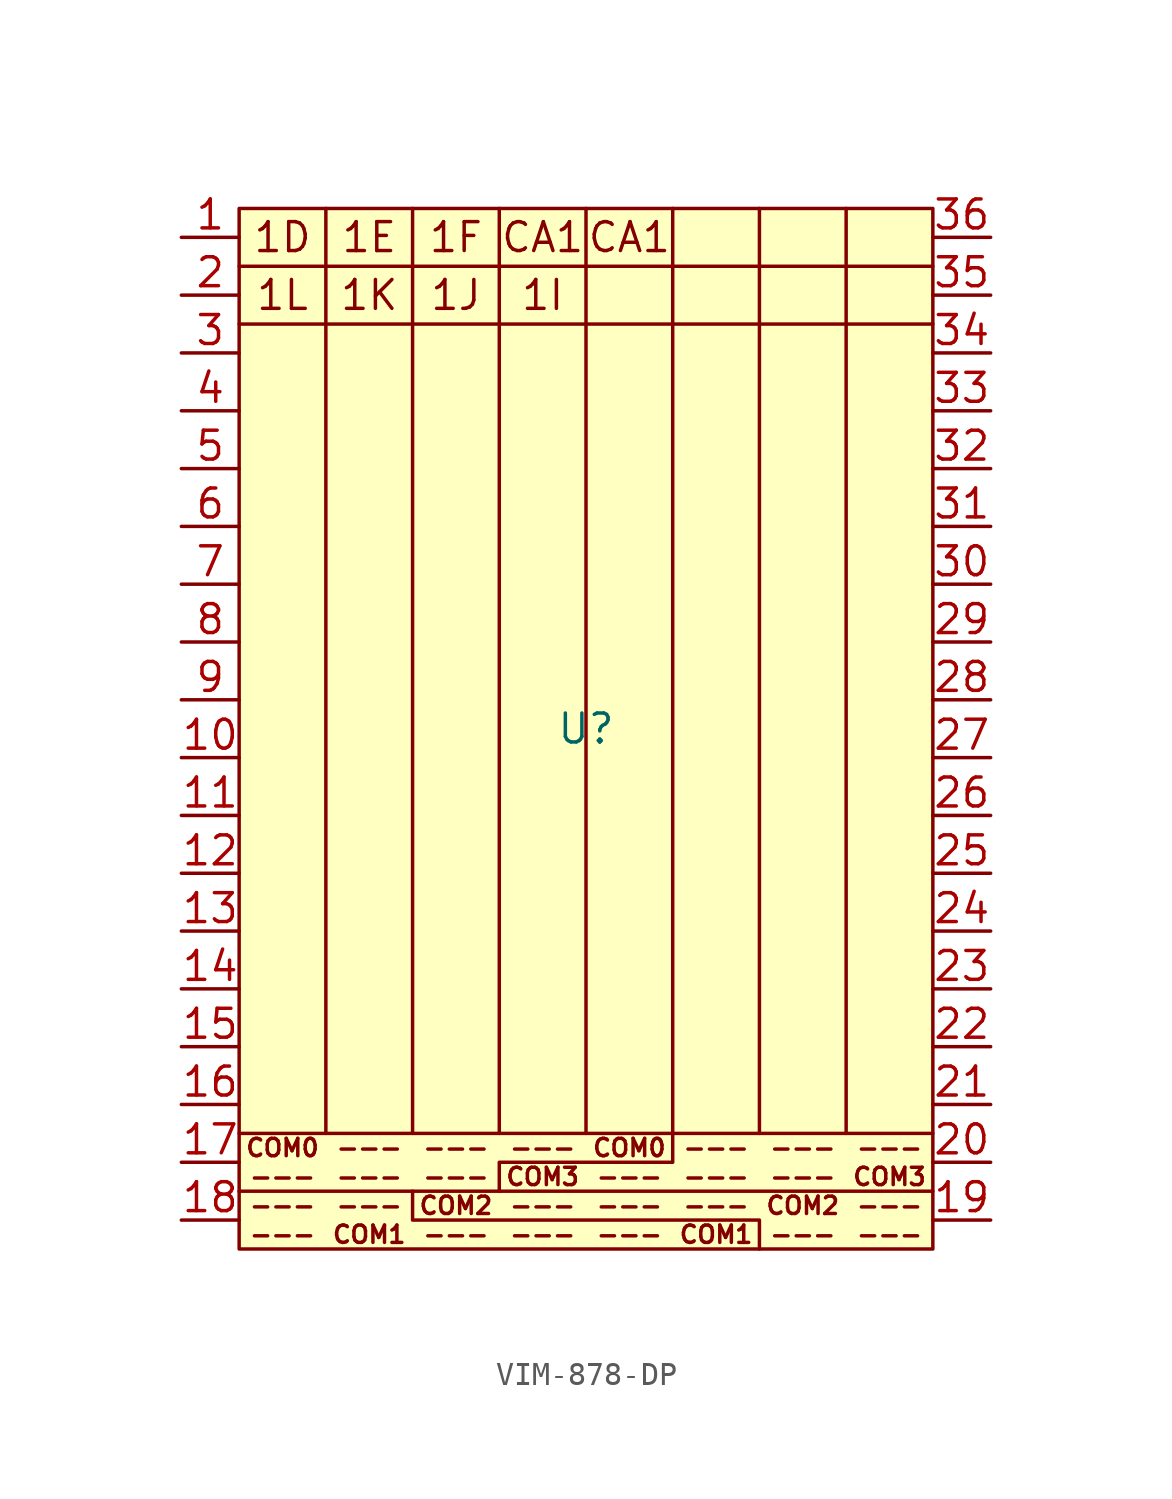
<source format=kicad_sym>
(kicad_symbol_lib
  (version 20220914)
  (generator kicad_symbol_editor)
  (symbol "VIM-878-DP"
    (pin_names hide)
    (property "Reference" "U"
      (at 0 0 0)
      (effects (font (size 1.27 1.27))))
    (property "Value" ""
      (at 0 0 0)
      (effects (font (size 1.27 1.27))))
    (symbol "VIM-878-DP_0_0"
      (pin passive line (at -17.78 21.59 0) (length 2.54) (name "1DEFCA" (effects (font (size 1.27 1.27)))) (number "1" (effects (font (size 1.27 1.27)))))
      (pin passive line (at -17.78 -1.27 0) (length 2.54) (name "5LKJI" (effects (font (size 1.27 1.27)))) (number "10" (effects (font (size 1.27 1.27)))))
      (pin passive line (at -17.78 -3.81 0) (length 2.54) (name "6DEFCA" (effects (font (size 1.27 1.27)))) (number "11" (effects (font (size 1.27 1.27)))))
      (pin passive line (at -17.78 -6.35 0) (length 2.54) (name "6LKJI" (effects (font (size 1.27 1.27)))) (number "12" (effects (font (size 1.27 1.27)))))
      (pin passive line (at -17.78 -8.89 0) (length 2.54) (name "7DEFCA" (effects (font (size 1.27 1.27)))) (number "13" (effects (font (size 1.27 1.27)))))
      (pin passive line (at -17.78 -11.43 0) (length 2.54) (name "7LKJI" (effects (font (size 1.27 1.27)))) (number "14" (effects (font (size 1.27 1.27)))))
      (pin passive line (at -17.78 -13.97 0) (length 2.54) (name "8DEFCA" (effects (font (size 1.27 1.27)))) (number "15" (effects (font (size 1.27 1.27)))))
      (pin passive line (at -17.78 -16.51 0) (length 2.54) (name "8LKJI" (effects (font (size 1.27 1.27)))) (number "16" (effects (font (size 1.27 1.27)))))
      (pin passive line (at -17.78 19.05 0) (length 2.54) (name "1LKJI" (effects (font (size 1.27 1.27)))) (number "2" (effects (font (size 1.27 1.27)))))
      (pin passive line (at 17.78 -16.51 180) (length 2.54) (name "8DPCBA" (effects (font (size 1.27 1.27)))) (number "21" (effects (font (size 1.27 1.27)))))
      (pin passive line (at 17.78 -13.97 180) (length 2.54) (name "8MNGH" (effects (font (size 1.27 1.27)))) (number "22" (effects (font (size 1.27 1.27)))))
      (pin passive line (at 17.78 -11.43 180) (length 2.54) (name "7DPCBA" (effects (font (size 1.27 1.27)))) (number "23" (effects (font (size 1.27 1.27)))))
      (pin passive line (at 17.78 -8.89 180) (length 2.54) (name "7MNGH" (effects (font (size 1.27 1.27)))) (number "24" (effects (font (size 1.27 1.27)))))
      (pin passive line (at 17.78 -6.35 180) (length 2.54) (name "6DPCBA" (effects (font (size 1.27 1.27)))) (number "25" (effects (font (size 1.27 1.27)))))
      (pin passive line (at 17.78 -3.81 180) (length 2.54) (name "6MNGH" (effects (font (size 1.27 1.27)))) (number "26" (effects (font (size 1.27 1.27)))))
      (pin passive line (at 17.78 -1.27 180) (length 2.54) (name "8DPCBA" (effects (font (size 1.27 1.27)))) (number "27" (effects (font (size 1.27 1.27)))))
      (pin passive line (at 17.78 1.27 180) (length 2.54) (name "8MNGH" (effects (font (size 1.27 1.27)))) (number "28" (effects (font (size 1.27 1.27)))))
      (pin passive line (at 17.78 3.81 180) (length 2.54) (name "8DPCBA" (effects (font (size 1.27 1.27)))) (number "29" (effects (font (size 1.27 1.27)))))
      (pin passive line (at -17.78 16.51 0) (length 2.54) (name "2DEFCA" (effects (font (size 1.27 1.27)))) (number "3" (effects (font (size 1.27 1.27)))))
      (pin passive line (at 17.78 6.35 180) (length 2.54) (name "8MNGH" (effects (font (size 1.27 1.27)))) (number "30" (effects (font (size 1.27 1.27)))))
      (pin passive line (at 17.78 8.89 180) (length 2.54) (name "8DPCBA" (effects (font (size 1.27 1.27)))) (number "31" (effects (font (size 1.27 1.27)))))
      (pin passive line (at 17.78 11.43 180) (length 2.54) (name "8MNGH" (effects (font (size 1.27 1.27)))) (number "32" (effects (font (size 1.27 1.27)))))
      (pin passive line (at 17.78 13.97 180) (length 2.54) (name "8DPCBA" (effects (font (size 1.27 1.27)))) (number "33" (effects (font (size 1.27 1.27)))))
      (pin passive line (at 17.78 16.51 180) (length 2.54) (name "8MNGH" (effects (font (size 1.27 1.27)))) (number "34" (effects (font (size 1.27 1.27)))))
      (pin passive line (at 17.78 19.05 180) (length 2.54) (name "1DPCBA" (effects (font (size 1.27 1.27)))) (number "35" (effects (font (size 1.27 1.27)))))
      (pin passive line (at 17.78 21.59 180) (length 2.54) (name "1MNGH" (effects (font (size 1.27 1.27)))) (number "36" (effects (font (size 1.27 1.27)))))
      (pin passive line (at -17.78 13.97 0) (length 2.54) (name "2LKJI" (effects (font (size 1.27 1.27)))) (number "4" (effects (font (size 1.27 1.27)))))
      (pin passive line (at -17.78 11.43 0) (length 2.54) (name "3DEFCA" (effects (font (size 1.27 1.27)))) (number "5" (effects (font (size 1.27 1.27)))))
      (pin passive line (at -17.78 8.89 0) (length 2.54) (name "3LKJI" (effects (font (size 1.27 1.27)))) (number "6" (effects (font (size 1.27 1.27)))))
      (pin passive line (at -17.78 6.35 0) (length 2.54) (name "4DEFCA" (effects (font (size 1.27 1.27)))) (number "7" (effects (font (size 1.27 1.27)))))
      (pin passive line (at -17.78 3.81 0) (length 2.54) (name "4LKJI" (effects (font (size 1.27 1.27)))) (number "8" (effects (font (size 1.27 1.27)))))
      (pin passive line (at -17.78 1.27 0) (length 2.54) (name "5DEFCA" (effects (font (size 1.27 1.27)))) (number "9" (effects (font (size 1.27 1.27))))))
    (symbol "VIM-878-DP_1_0"
      (pin passive line (at -17.78 -19.05 0) (length 2.54) (name "COM0" (effects (font (size 1.27 1.27)))) (number "17" (effects (font (size 1.27 1.27)))))
      (pin passive line (at -17.78 -21.59 0) (length 2.54) (name "COM1" (effects (font (size 1.27 1.27)))) (number "18" (effects (font (size 1.27 1.27)))))
      (pin passive line (at 17.78 -21.59 180) (length 2.54) (name "COM2" (effects (font (size 1.27 1.27)))) (number "19" (effects (font (size 1.27 1.27)))))
      (pin passive line (at 17.78 -19.05 180) (length 2.54) (name "COM3" (effects (font (size 1.27 1.27)))) (number "20" (effects (font (size 1.27 1.27))))))
    (symbol "VIM-878-DP_1_1"
      (rectangle (start -15.24 22.86) (end 15.24 -22.86) (stroke (width 0) (type default)) (fill (type background)))
      (polyline (pts (xy -15.24 -20.32) (xy 15.24 -20.32)) (stroke (width 0) (type default)) (fill (type none)))
      (polyline (pts (xy -15.24 17.78) (xy 15.24 17.78)) (stroke (width 0) (type default)) (fill (type none)))
      (polyline (pts (xy -15.24 20.32) (xy 15.24 20.32)) (stroke (width 0) (type default)) (fill (type none)))
      (polyline (pts (xy -11.43 22.86) (xy -11.43 -17.78)) (stroke (width 0) (type default)) (fill (type none)))
      (polyline (pts (xy -7.62 22.86) (xy -7.62 -17.78)) (stroke (width 0) (type default)) (fill (type none)))
      (polyline (pts (xy -3.81 22.86) (xy -3.81 -17.78)) (stroke (width 0) (type default)) (fill (type none)))
      (polyline (pts (xy 0 22.86) (xy 0 -17.78)) (stroke (width 0) (type default)) (fill (type none)))
      (polyline (pts (xy 3.81 -17.78) (xy 3.81 22.86)) (stroke (width 0) (type default)) (fill (type none)))
      (polyline (pts (xy 7.62 22.86) (xy 7.62 -17.78)) (stroke (width 0) (type default)) (fill (type none)))
      (polyline (pts (xy 11.43 22.86) (xy 11.43 -17.78)) (stroke (width 0) (type default)) (fill (type none)))
      (polyline (pts (xy 15.24 -17.78) (xy -15.24 -17.78)) (stroke (width 0) (type default)) (fill (type none)))
      (polyline (pts (xy -7.62 -20.32) (xy -7.62 -21.59) (xy 7.62 -21.59) (xy 7.62 -22.86)) (stroke (width 0) (type default)) (fill (type none)))
      (polyline (pts (xy 3.81 -17.78) (xy 3.81 -19.05) (xy -3.81 -19.05) (xy -3.81 -20.32)) (stroke (width 0) (type default)) (fill (type none)))
      (text "---" (at -13.335 -22.225 0) (effects (font (size 0.762 0.762))))
      (text "---" (at -13.335 -20.955 0) (effects (font (size 0.762 0.762))))
      (text "---" (at -13.335 -19.685 0) (effects (font (size 0.762 0.762))))
      (text "---" (at -9.525 -20.955 0) (effects (font (size 0.762 0.762))))
      (text "---" (at -9.525 -19.685 0) (effects (font (size 0.762 0.762))))
      (text "---" (at -9.525 -18.415 0) (effects (font (size 0.762 0.762))))
      (text "---" (at -5.715 -22.225 0) (effects (font (size 0.762 0.762))))
      (text "---" (at -5.715 -19.685 0) (effects (font (size 0.762 0.762))))
      (text "---" (at -5.715 -18.415 0) (effects (font (size 0.762 0.762))))
      (text "---" (at -1.905 -22.225 0) (effects (font (size 0.762 0.762))))
      (text "---" (at -1.905 -20.955 0) (effects (font (size 0.762 0.762))))
      (text "---" (at -1.905 -18.415 0) (effects (font (size 0.762 0.762))))
      (text "---" (at 1.905 -22.225 0) (effects (font (size 0.762 0.762))))
      (text "---" (at 1.905 -20.955 0) (effects (font (size 0.762 0.762))))
      (text "---" (at 1.905 -19.685 0) (effects (font (size 0.762 0.762))))
      (text "---" (at 5.715 -20.955 0) (effects (font (size 0.762 0.762))))
      (text "---" (at 5.715 -19.685 0) (effects (font (size 0.762 0.762))))
      (text "---" (at 5.715 -18.415 0) (effects (font (size 0.762 0.762))))
      (text "---" (at 9.525 -22.225 0) (effects (font (size 0.762 0.762))))
      (text "---" (at 9.525 -19.685 0) (effects (font (size 0.762 0.762))))
      (text "---" (at 9.525 -18.415 0) (effects (font (size 0.762 0.762))))
      (text "---" (at 13.335 -22.225 0) (effects (font (size 0.762 0.762))))
      (text "---" (at 13.335 -20.955 0) (effects (font (size 0.762 0.762))))
      (text "---" (at 13.335 -18.415 0) (effects (font (size 0.762 0.762))))
      (text "1D" (at -13.335 21.59 0) (effects (font (size 1.27 1.27))))
      (text "1E\n" (at -9.525 21.59 0) (effects (font (size 1.27 1.27))))
      (text "1F\n" (at -5.715 21.59 0) (effects (font (size 1.27 1.27))))
      (text "1I" (at -1.905 19.05 0) (effects (font (size 1.27 1.27))))
      (text "1J" (at -5.715 19.05 0) (effects (font (size 1.27 1.27))))
      (text "1K" (at -9.525 19.05 0) (effects (font (size 1.27 1.27))))
      (text "1L" (at -13.335 19.05 0) (effects (font (size 1.27 1.27))))
      (text "CA1" (at -1.905 21.59 0) (effects (font (size 1.27 1.27))))
      (text "CA1" (at 1.905 21.59 0) (effects (font (size 1.27 1.27))))
      (text "COM0" (at -13.335 -18.415 0) (effects (font (size 0.762 0.762))))
      (text "COM0" (at 1.905 -18.415 0) (effects (font (size 0.762 0.762))))
      (text "COM1\n" (at -9.525 -22.225 0) (effects (font (size 0.762 0.762))))
      (text "COM1\n" (at 5.715 -22.225 0) (effects (font (size 0.762 0.762))))
      (text "COM2" (at -5.715 -20.955 0) (effects (font (size 0.762 0.762))))
      (text "COM2" (at 9.525 -20.955 0) (effects (font (size 0.762 0.762))))
      (text "COM3" (at -1.905 -19.685 0) (effects (font (size 0.762 0.762))))
      (text "COM3" (at 13.335 -19.685 0) (effects (font (size 0.762 0.762)))))))
</source>
